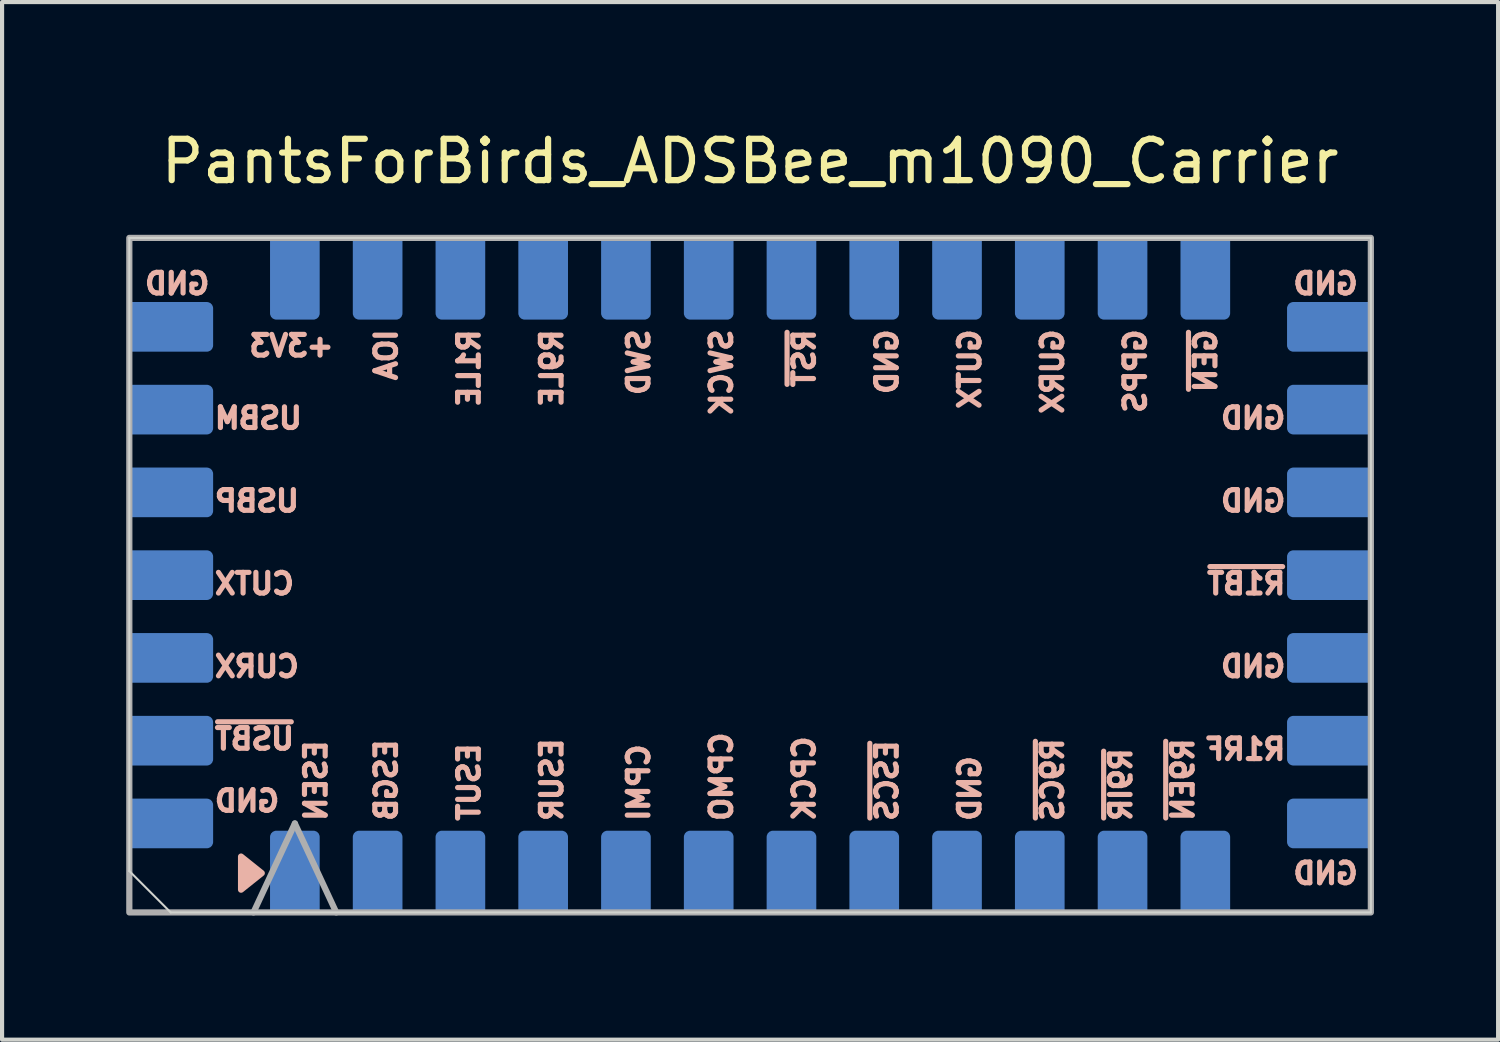
<source format=kicad_pcb>
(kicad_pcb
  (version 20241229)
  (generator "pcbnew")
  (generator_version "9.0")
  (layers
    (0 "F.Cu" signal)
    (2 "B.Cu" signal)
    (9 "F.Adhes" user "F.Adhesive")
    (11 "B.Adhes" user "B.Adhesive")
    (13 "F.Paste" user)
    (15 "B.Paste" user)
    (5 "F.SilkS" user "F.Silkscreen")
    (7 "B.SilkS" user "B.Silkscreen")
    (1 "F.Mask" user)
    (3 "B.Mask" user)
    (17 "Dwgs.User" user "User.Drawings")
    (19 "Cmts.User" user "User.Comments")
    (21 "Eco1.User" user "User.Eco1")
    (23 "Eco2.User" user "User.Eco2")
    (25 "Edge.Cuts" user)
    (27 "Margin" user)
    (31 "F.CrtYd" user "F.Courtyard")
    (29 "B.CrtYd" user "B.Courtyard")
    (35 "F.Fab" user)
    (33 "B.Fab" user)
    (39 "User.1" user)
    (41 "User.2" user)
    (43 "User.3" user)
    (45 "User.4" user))
  (footprint "PantsForBirds_ADSBee_m1090_Carrier"
    (layer "F.Cu")
    (at 15.075 10.848)
    (property "Reference" "PantsForBirds_ADSBee_m1090_Carrier" (at 0 -10 0) (unlocked yes) (layer "F.SilkS") (effects (font (size 1 1) (thickness 0.15))))
    (attr smd)
    (fp_poly (pts (xy -12.3 7.6) (xy -12.3 6.8) (xy -11.8 7.2)) (stroke (width 0.15) (type solid)) (fill yes) (layer "B.SilkS"))
    (fp_line (start -15 -8.15) (end -15 7.15) (stroke (width 0.05) (type solid)) (layer "Edge.Cuts"))
    (fp_line (start -15 -8.15) (end 15 -8.15) (stroke (width 0.05) (type solid)) (layer "Edge.Cuts"))
    (fp_line (start -15 7.15) (end -14 8.15) (stroke (width 0.05) (type default)) (layer "Edge.Cuts"))
    (fp_line (start 15 -8.15) (end 15 8.15) (stroke (width 0.05) (type solid)) (layer "Edge.Cuts"))
    (fp_line (start 15 8.15) (end -14 8.15) (stroke (width 0.05) (type solid)) (layer "Edge.Cuts"))
    (fp_line (start -12 8.15) (end -11 6) (stroke (width 0.15) (type solid)) (layer "F.Fab"))
    (fp_line (start -11 6) (end -10 8.15) (stroke (width 0.15) (type solid)) (layer "F.Fab"))
    (fp_rect (start -15 -8.15) (end 15 8.15) (stroke (width 0.15) (type solid)) (fill no) (layer "F.Fab"))
    (fp_text user "USBM" (at -13 -3.5 0) (unlocked yes) (layer "B.SilkS") (effects (font (size 0.5 0.5) (thickness 0.125)) (justify right bottom mirror)))
    (fp_text user "IOA" (at -8.5 -6 90) (unlocked yes) (layer "B.SilkS") (effects (font (size 0.5 0.5) (thickness 0.125)) (justify left bottom mirror)))
    (fp_text user "GUTX" (at 5.6 -6 90) (unlocked yes) (layer "B.SilkS") (effects (font (size 0.5 0.5) (thickness 0.125)) (justify left bottom mirror)))
    (fp_text user "~{R9EN}" (at 10.75 6 90) (unlocked yes) (layer "B.SilkS") (effects (font (size 0.5 0.5) (thickness 0.125)) (justify right bottom mirror)))
    (fp_text user "GURX" (at 7.6 -6 90) (unlocked yes) (layer "B.SilkS") (effects (font (size 0.5 0.5) (thickness 0.125)) (justify left bottom mirror)))
    (fp_text user "~{R1BT}" (at 13 0.5 0) (unlocked yes) (layer "B.SilkS") (effects (font (size 0.5 0.5) (thickness 0.125)) (justify left bottom mirror)))
    (fp_text user "GND" (at -13 5.75 0) (unlocked yes) (layer "B.SilkS") (effects (font (size 0.5 0.5) (thickness 0.125)) (justify right bottom mirror)))
    (fp_text user "~{RST}" (at 1.6 -6 90) (unlocked yes) (layer "B.SilkS") (effects (font (size 0.5 0.5) (thickness 0.125)) (justify left bottom mirror)))
    (fp_text user "ESEN" (at -10.2 6 90) (unlocked yes) (layer "B.SilkS") (effects (font (size 0.5 0.5) (thickness 0.125)) (justify right bottom mirror)))
    (fp_text user "~{GEN}" (at 11.3 -6 90) (unlocked yes) (layer "B.SilkS") (effects (font (size 0.5 0.5) (thickness 0.125)) (justify left bottom mirror)))
    (fp_text user "GND" (at 5.6 6 90) (unlocked yes) (layer "B.SilkS") (effects (font (size 0.5 0.5) (thickness 0.125)) (justify right bottom mirror)))
    (fp_text user "ESGB" (at -8.5 6 90) (unlocked yes) (layer "B.SilkS") (effects (font (size 0.5 0.5) (thickness 0.125)) (justify right bottom mirror)))
    (fp_text user "GND" (at 14.75 -6.75 0) (unlocked yes) (layer "B.SilkS") (effects (font (size 0.5 0.5) (thickness 0.125)) (justify left bottom mirror)))
    (fp_text user "ESUT" (at -6.5 6 90) (unlocked yes) (layer "B.SilkS") (effects (font (size 0.5 0.5) (thickness 0.125)) (justify right bottom mirror)))
    (fp_text user "~{R9CS}" (at 7.6 6 90) (unlocked yes) (layer "B.SilkS") (effects (font (size 0.5 0.5) (thickness 0.125)) (justify right bottom mirror)))
    (fp_text user "CUTX" (at -13 0.5 0) (unlocked yes) (layer "B.SilkS") (effects (font (size 0.5 0.5) (thickness 0.125)) (justify right bottom mirror)))
    (fp_text user "GND" (at 13 -1.5 0) (unlocked yes) (layer "B.SilkS") (effects (font (size 0.5 0.5) (thickness 0.125)) (justify left bottom mirror)))
    (fp_text user "+3V3" (at -10 -5.25 0) (unlocked yes) (layer "B.SilkS") (effects (font (size 0.5 0.5) (thickness 0.125)) (justify left bottom mirror)))
    (fp_text user "~{R9IR}" (at 9.25 6 90) (unlocked yes) (layer "B.SilkS") (effects (font (size 0.5 0.5) (thickness 0.125)) (justify right bottom mirror)))
    (fp_text user "GND" (at 3.6 -6 90) (unlocked yes) (layer "B.SilkS") (effects (font (size 0.5 0.5) (thickness 0.125)) (justify left bottom mirror)))
    (fp_text user "R1LE" (at -6.5 -6 90) (unlocked yes) (layer "B.SilkS") (effects (font (size 0.5 0.5) (thickness 0.125)) (justify left bottom mirror)))
    (fp_text user "CURX" (at -13 2.5 0) (unlocked yes) (layer "B.SilkS") (effects (font (size 0.5 0.5) (thickness 0.125)) (justify right bottom mirror)))
    (fp_text user "~{USBT}" (at -13 4.25 0) (unlocked yes) (layer "B.SilkS") (effects (font (size 0.5 0.5) (thickness 0.125)) (justify right bottom mirror)))
    (fp_text user "CPMI" (at -2.4 6 90) (unlocked yes) (layer "B.SilkS") (effects (font (size 0.5 0.5) (thickness 0.125)) (justify right bottom mirror)))
    (fp_text user "ESUR" (at -4.5 6 90) (unlocked yes) (layer "B.SilkS") (effects (font (size 0.5 0.5) (thickness 0.125)) (justify right bottom mirror)))
    (fp_text user "CPCK" (at 1.6 6 90) (unlocked yes) (layer "B.SilkS") (effects (font (size 0.5 0.5) (thickness 0.125)) (justify right bottom mirror)))
    (fp_text user "GND" (at 13 -3.5 0) (unlocked yes) (layer "B.SilkS") (effects (font (size 0.5 0.5) (thickness 0.125)) (justify left bottom mirror)))
    (fp_text user "USBP" (at -13 -1.5 0) (unlocked yes) (layer "B.SilkS") (effects (font (size 0.5 0.5) (thickness 0.125)) (justify right bottom mirror)))
    (fp_text user "GPPS" (at 9.6 -6 90) (unlocked yes) (layer "B.SilkS") (effects (font (size 0.5 0.5) (thickness 0.125)) (justify left bottom mirror)))
    (fp_text user "GND" (at -13 -6.75 0) (unlocked yes) (layer "B.SilkS") (effects (font (size 0.5 0.5) (thickness 0.125)) (justify left bottom mirror)))
    (fp_text user "R9LE" (at -4.5 -6 90) (unlocked yes) (layer "B.SilkS") (effects (font (size 0.5 0.5) (thickness 0.125)) (justify left bottom mirror)))
    (fp_text user "GND" (at 13 2.5 0) (unlocked yes) (layer "B.SilkS") (effects (font (size 0.5 0.5) (thickness 0.125)) (justify left bottom mirror)))
    (fp_text user "~{ESCS}" (at 3.6 6 90) (unlocked yes) (layer "B.SilkS") (effects (font (size 0.5 0.5) (thickness 0.125)) (justify right bottom mirror)))
    (fp_text user "SWD" (at -2.4 -6 90) (unlocked yes) (layer "B.SilkS") (effects (font (size 0.5 0.5) (thickness 0.125)) (justify left bottom mirror)))
    (fp_text user "R1RF" (at 13 4.5 0) (unlocked yes) (layer "B.SilkS") (effects (font (size 0.5 0.5) (thickness 0.125)) (justify left bottom mirror)))
    (fp_text user "SWCK" (at -0.4 -6 90) (unlocked yes) (layer "B.SilkS") (effects (font (size 0.5 0.5) (thickness 0.125)) (justify left bottom mirror)))
    (fp_text user "CPMO" (at -0.4 6 90) (unlocked yes) (layer "B.SilkS") (effects (font (size 0.5 0.5) (thickness 0.125)) (justify right bottom mirror)))
    (fp_text user "GND" (at 14.75 7.5 0) (unlocked yes) (layer "B.SilkS") (effects (font (size 0.5 0.5) (thickness 0.125)) (justify left bottom mirror)))
    (pad "1" smd custom (at -11 7.3 270) (size 1.75 1.2) (layers "B.Cu" "B.Mask" "B.Paste") (options (anchor rect)) (primitives (gr_rect (start -0.975 -0.45) (end -0.825 0.45) (width 0.3) (fill yes))))
    (pad "2" smd custom (at -9 7.3 270) (size 1.75 1.2) (layers "B.Cu" "B.Mask" "B.Paste") (options (anchor rect)) (primitives (gr_rect (start -0.975 -0.45) (end -0.825 0.45) (width 0.3) (fill yes))))
    (pad "3" smd custom (at -7 7.3 270) (size 1.75 1.2) (layers "B.Cu" "B.Mask" "B.Paste") (options (anchor rect)) (primitives (gr_rect (start -0.975 -0.45) (end -0.825 0.45) (width 0.3) (fill yes))))
    (pad "4" smd custom (at -5 7.3 270) (size 1.75 1.2) (layers "B.Cu" "B.Mask" "B.Paste") (options (anchor rect)) (primitives (gr_rect (start -0.975 -0.45) (end -0.825 0.45) (width 0.3) (fill yes))))
    (pad "5" smd custom (at -3 7.3 270) (size 1.75 1.2) (layers "B.Cu" "B.Mask" "B.Paste") (options (anchor rect)) (primitives (gr_rect (start -0.975 -0.45) (end -0.825 0.45) (width 0.3) (fill yes))))
    (pad "6" smd custom (at -1 7.3 270) (size 1.75 1.2) (layers "B.Cu" "B.Mask" "B.Paste") (options (anchor rect)) (primitives (gr_rect (start -0.975 -0.45) (end -0.825 0.45) (width 0.3) (fill yes))))
    (pad "7" smd custom (at 1 7.3 270) (size 1.75 1.2) (layers "B.Cu" "B.Mask" "B.Paste") (options (anchor rect)) (primitives (gr_rect (start -0.975 -0.45) (end -0.825 0.45) (width 0.3) (fill yes))))
    (pad "8" smd custom (at 3 7.3 270) (size 1.75 1.2) (layers "B.Cu" "B.Mask" "B.Paste") (options (anchor rect)) (primitives (gr_rect (start -0.975 -0.45) (end -0.825 0.45) (width 0.3) (fill yes))))
    (pad "9" smd custom (at 5 7.3 270) (size 1.75 1.2) (layers "B.Cu" "B.Mask" "B.Paste") (options (anchor rect)) (primitives (gr_rect (start -0.975 -0.45) (end -0.825 0.45) (width 0.3) (fill yes))))
    (pad "10" smd custom (at 7 7.3 270) (size 1.75 1.2) (layers "B.Cu" "B.Mask" "B.Paste") (options (anchor rect)) (primitives (gr_rect (start -0.975 -0.45) (end -0.825 0.45) (width 0.3) (fill yes))))
    (pad "11" smd custom (at 9 7.3 270) (size 1.75 1.2) (layers "B.Cu" "B.Mask" "B.Paste") (options (anchor rect)) (primitives (gr_rect (start -0.975 -0.45) (end -0.825 0.45) (width 0.3) (fill yes))))
    (pad "12" smd custom (at 11 7.3 270) (size 1.75 1.2) (layers "B.Cu" "B.Mask" "B.Paste") (options (anchor rect)) (primitives (gr_rect (start -0.975 -0.45) (end -0.825 0.45) (width 0.3) (fill yes))))
    (pad "13" smd custom (at 14.1 6) (size 1.75 1.2) (layers "B.Cu" "B.Mask" "B.Paste") (options (anchor rect)) (primitives (gr_rect (start -0.975 -0.45) (end -0.825 0.45) (width 0.3) (fill yes))))
    (pad "14" smd custom (at 14.1 4) (size 1.75 1.2) (layers "B.Cu" "B.Mask" "B.Paste") (options (anchor rect)) (primitives (gr_rect (start -0.975 -0.45) (end -0.825 0.45) (width 0.3) (fill yes))))
    (pad "15" smd custom (at 14.1 2) (size 1.75 1.2) (layers "B.Cu" "B.Mask" "B.Paste") (options (anchor rect)) (primitives (gr_rect (start -0.975 -0.45) (end -0.825 0.45) (width 0.3) (fill yes))))
    (pad "16" smd custom (at 14.1 0) (size 1.75 1.2) (layers "B.Cu" "B.Mask" "B.Paste") (options (anchor rect)) (primitives (gr_rect (start -0.975 -0.45) (end -0.825 0.45) (width 0.3) (fill yes))))
    (pad "17" smd custom (at 14.1 -2) (size 1.75 1.2) (layers "B.Cu" "B.Mask" "B.Paste") (options (anchor rect)) (primitives (gr_rect (start -0.975 -0.45) (end -0.825 0.45) (width 0.3) (fill yes))))
    (pad "18" smd custom (at 14.1 -4) (size 1.75 1.2) (layers "B.Cu" "B.Mask" "B.Paste") (options (anchor rect)) (primitives (gr_rect (start -0.975 -0.45) (end -0.825 0.45) (width 0.3) (fill yes))))
    (pad "19" smd custom (at 14.1 -6) (size 1.75 1.2) (layers "B.Cu" "B.Mask" "B.Paste") (options (anchor rect)) (primitives (gr_rect (start -0.975 -0.45) (end -0.825 0.45) (width 0.3) (fill yes))))
    (pad "20" smd custom (at 11 -7.3 90) (size 1.75 1.2) (layers "B.Cu" "B.Mask" "B.Paste") (options (anchor rect)) (primitives (gr_rect (start -0.975 -0.45) (end -0.825 0.45) (width 0.3) (fill yes))))
    (pad "21" smd custom (at 9 -7.3 90) (size 1.75 1.2) (layers "B.Cu" "B.Mask" "B.Paste") (options (anchor rect)) (primitives (gr_rect (start -0.975 -0.45) (end -0.825 0.45) (width 0.3) (fill yes))))
    (pad "22" smd custom (at 7 -7.3 90) (size 1.75 1.2) (layers "B.Cu" "B.Mask" "B.Paste") (options (anchor rect)) (primitives (gr_rect (start -0.975 -0.45) (end -0.825 0.45) (width 0.3) (fill yes))))
    (pad "23" smd custom (at 5 -7.3 90) (size 1.75 1.2) (layers "B.Cu" "B.Mask" "B.Paste") (options (anchor rect)) (primitives (gr_rect (start -0.975 -0.45) (end -0.825 0.45) (width 0.3) (fill yes))))
    (pad "24" smd custom (at 3 -7.3 90) (size 1.75 1.2) (layers "B.Cu" "B.Mask" "B.Paste") (options (anchor rect)) (primitives (gr_rect (start -0.975 -0.45) (end -0.825 0.45) (width 0.3) (fill yes))))
    (pad "25" smd custom (at 1 -7.3 90) (size 1.75 1.2) (layers "B.Cu" "B.Mask" "B.Paste") (options (anchor rect)) (primitives (gr_rect (start -0.975 -0.45) (end -0.825 0.45) (width 0.3) (fill yes))))
    (pad "26" smd custom (at -1 -7.3 90) (size 1.75 1.2) (layers "B.Cu" "B.Mask" "B.Paste") (options (anchor rect)) (primitives (gr_rect (start -0.975 -0.45) (end -0.825 0.45) (width 0.3) (fill yes))))
    (pad "27" smd custom (at -3 -7.3 90) (size 1.75 1.2) (layers "B.Cu" "B.Mask" "B.Paste") (options (anchor rect)) (primitives (gr_rect (start -0.975 -0.45) (end -0.825 0.45) (width 0.3) (fill yes))))
    (pad "28" smd custom (at -5 -7.3 90) (size 1.75 1.2) (layers "B.Cu" "B.Mask" "B.Paste") (options (anchor rect)) (primitives (gr_rect (start -0.975 -0.45) (end -0.825 0.45) (width 0.3) (fill yes))))
    (pad "29" smd custom (at -7 -7.3 90) (size 1.75 1.2) (layers "B.Cu" "B.Mask" "B.Paste") (options (anchor rect)) (primitives (gr_rect (start -0.975 -0.45) (end -0.825 0.45) (width 0.3) (fill yes))))
    (pad "30" smd custom (at -9 -7.3 90) (size 1.75 1.2) (layers "B.Cu" "B.Mask" "B.Paste") (options (anchor rect)) (primitives (gr_rect (start -0.975 -0.45) (end -0.825 0.45) (width 0.3) (fill yes))))
    (pad "31" smd custom (at -11 -7.3 90) (size 1.75 1.2) (layers "B.Cu" "B.Mask" "B.Paste") (options (anchor rect)) (primitives (gr_rect (start -0.975 -0.45) (end -0.825 0.45) (width 0.3) (fill yes))))
    (pad "32" smd custom (at -14.1 -6 180) (size 1.75 1.2) (layers "B.Cu" "B.Mask" "B.Paste") (options (anchor rect)) (primitives (gr_rect (start -0.975 -0.45) (end -0.825 0.45) (width 0.3) (fill yes))))
    (pad "33" smd custom (at -14.1 -4 180) (size 1.75 1.2) (layers "B.Cu" "B.Mask" "B.Paste") (options (anchor rect)) (primitives (gr_rect (start -0.975 -0.45) (end -0.825 0.45) (width 0.3) (fill yes))))
    (pad "34" smd custom (at -14.1 -2 180) (size 1.75 1.2) (layers "B.Cu" "B.Mask" "B.Paste") (options (anchor rect)) (primitives (gr_rect (start -0.975 -0.45) (end -0.825 0.45) (width 0.3) (fill yes))))
    (pad "35" smd custom (at -14.1 0 180) (size 1.75 1.2) (layers "B.Cu" "B.Mask" "B.Paste") (options (anchor rect)) (primitives (gr_rect (start -0.975 -0.45) (end -0.825 0.45) (width 0.3) (fill yes))))
    (pad "36" smd custom (at -14.1 2 180) (size 1.75 1.2) (layers "B.Cu" "B.Mask" "B.Paste") (options (anchor rect)) (primitives (gr_rect (start -0.975 -0.45) (end -0.825 0.45) (width 0.3) (fill yes))))
    (pad "37" smd custom (at -14.1 4 180) (size 1.75 1.2) (layers "B.Cu" "B.Mask" "B.Paste") (options (anchor rect)) (primitives (gr_rect (start -0.975 -0.45) (end -0.825 0.45) (width 0.3) (fill yes))))
    (pad "38" smd custom (at -14.1 6 180) (size 1.75 1.2) (layers "B.Cu" "B.Mask" "B.Paste") (options (anchor rect)) (primitives (gr_rect (start -0.975 -0.45) (end -0.825 0.45) (width 0.3) (fill yes)))))
  (gr_rect
    (start -3 -3)
    (end 33.15 22.073)
    (stroke (width 0.1) (type default))
    (fill no)
    (layer "Edge.Cuts")))
</source>
